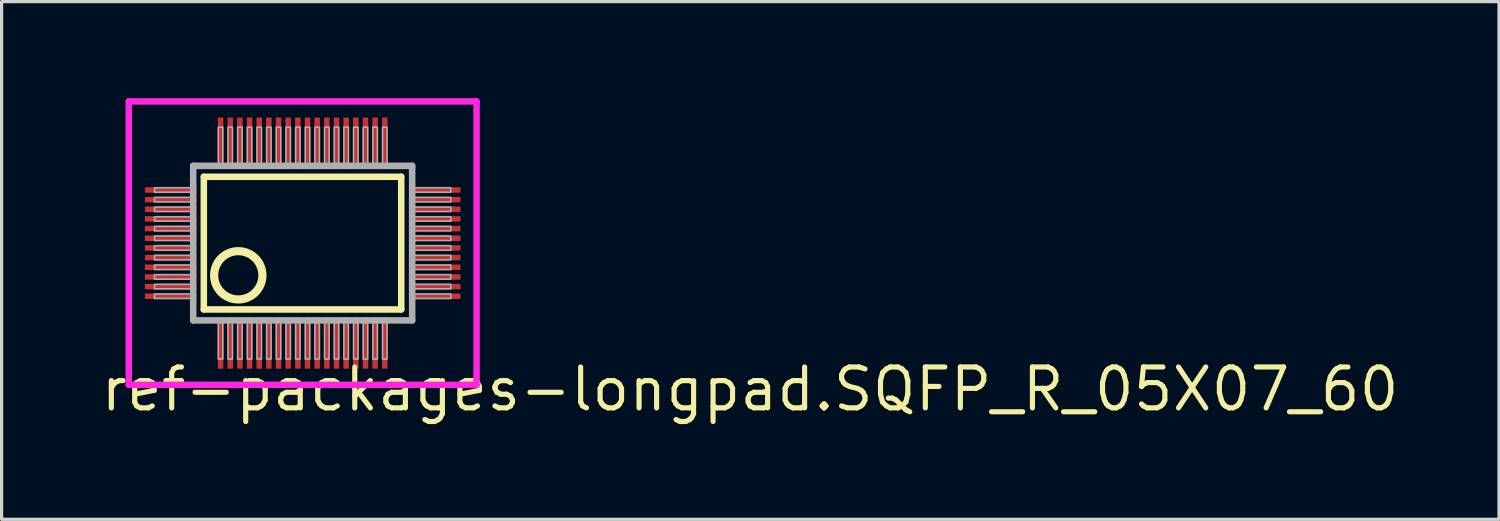
<source format=kicad_pcb>
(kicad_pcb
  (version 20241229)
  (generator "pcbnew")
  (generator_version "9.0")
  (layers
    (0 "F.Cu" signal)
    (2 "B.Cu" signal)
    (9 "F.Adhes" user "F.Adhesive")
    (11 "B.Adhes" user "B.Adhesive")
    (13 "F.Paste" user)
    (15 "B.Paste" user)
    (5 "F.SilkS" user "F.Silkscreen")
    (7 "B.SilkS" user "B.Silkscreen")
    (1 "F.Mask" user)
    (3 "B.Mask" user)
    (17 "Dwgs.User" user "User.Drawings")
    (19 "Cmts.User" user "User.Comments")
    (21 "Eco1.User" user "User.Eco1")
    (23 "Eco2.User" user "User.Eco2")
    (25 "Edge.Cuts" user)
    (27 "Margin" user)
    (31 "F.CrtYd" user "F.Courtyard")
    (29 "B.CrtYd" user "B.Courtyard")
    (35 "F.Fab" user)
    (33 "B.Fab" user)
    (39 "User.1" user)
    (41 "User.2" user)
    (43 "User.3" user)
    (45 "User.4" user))
  (footprint "ref-packages-longpad.SQFP_R_05X07_60"
    (layer "F.Cu")
    (at 6.35 4.5)
    (property "Reference" "ref-packages-longpad.SQFP_R_05X07_60" (at -6.35 5.28 0) (layer "F.SilkS") (effects (font (size 1.27 1.27) (thickness 0.16)) (justify left bottom)))
    (attr smd)
    (fp_line (start -3.07 -2.06) (end 3.06 -2.06) (stroke (width 0.203) (type default)) (layer "F.SilkS"))
    (fp_line (start -3.07 2.06) (end -3.07 -2.06) (stroke (width 0.203) (type default)) (layer "F.SilkS"))
    (fp_line (start 3.06 -2.06) (end 3.06 2.06) (stroke (width 0.203) (type default)) (layer "F.SilkS"))
    (fp_line (start 3.06 2.06) (end -3.07 2.06) (stroke (width 0.203) (type default)) (layer "F.SilkS"))
    (fp_circle (center -2 1) (end -1.25 1) (stroke (width 0.254) (type default)) (fill no) (layer "F.SilkS"))
    (fp_line (start -5.4 -4.4) (end 5.4 -4.4) (stroke (width 0.2) (type default)) (layer "F.CrtYd"))
    (fp_line (start -5.4 4.4) (end -5.4 -4.4) (stroke (width 0.2) (type default)) (layer "F.CrtYd"))
    (fp_line (start 5.4 -4.4) (end 5.4 4.4) (stroke (width 0.2) (type default)) (layer "F.CrtYd"))
    (fp_line (start 5.4 4.4) (end -5.4 4.4) (stroke (width 0.2) (type default)) (layer "F.CrtYd"))
    (fp_line (start -3.4 -2.4) (end -3.4 2.4) (stroke (width 0.203) (type default)) (layer "F.Fab"))
    (fp_line (start -3.4 2.4) (end 3.4 2.4) (stroke (width 0.203) (type default)) (layer "F.Fab"))
    (fp_line (start 3.4 -2.4) (end -3.4 -2.4) (stroke (width 0.203) (type default)) (layer "F.Fab"))
    (fp_line (start 3.4 2.4) (end 3.4 -2.4) (stroke (width 0.203) (type default)) (layer "F.Fab"))
    (fp_rect (start -4.6 -1.58) (end -3.45 -1.72) (stroke (width 0.05) (type default)) (fill no) (layer "F.Fab"))
    (fp_rect (start -4.6 -1.28) (end -3.45 -1.42) (stroke (width 0.05) (type default)) (fill no) (layer "F.Fab"))
    (fp_rect (start -4.6 -0.98) (end -3.45 -1.12) (stroke (width 0.05) (type default)) (fill no) (layer "F.Fab"))
    (fp_rect (start -4.6 -0.68) (end -3.45 -0.82) (stroke (width 0.05) (type default)) (fill no) (layer "F.Fab"))
    (fp_rect (start -4.6 -0.38) (end -3.45 -0.52) (stroke (width 0.05) (type default)) (fill no) (layer "F.Fab"))
    (fp_rect (start -4.6 -0.08) (end -3.45 -0.22) (stroke (width 0.05) (type default)) (fill no) (layer "F.Fab"))
    (fp_rect (start -4.6 0.22) (end -3.45 0.08) (stroke (width 0.05) (type default)) (fill no) (layer "F.Fab"))
    (fp_rect (start -4.6 0.52) (end -3.45 0.38) (stroke (width 0.05) (type default)) (fill no) (layer "F.Fab"))
    (fp_rect (start -4.6 0.82) (end -3.45 0.68) (stroke (width 0.05) (type default)) (fill no) (layer "F.Fab"))
    (fp_rect (start -4.6 1.12) (end -3.45 0.98) (stroke (width 0.05) (type default)) (fill no) (layer "F.Fab"))
    (fp_rect (start -4.6 1.42) (end -3.45 1.28) (stroke (width 0.05) (type default)) (fill no) (layer "F.Fab"))
    (fp_rect (start -4.6 1.72) (end -3.45 1.58) (stroke (width 0.05) (type default)) (fill no) (layer "F.Fab"))
    (fp_rect (start -2.62 -2.45) (end -2.48 -3.6) (stroke (width 0.05) (type default)) (fill no) (layer "F.Fab"))
    (fp_rect (start -2.62 3.6) (end -2.48 2.45) (stroke (width 0.05) (type default)) (fill no) (layer "F.Fab"))
    (fp_rect (start -2.32 -2.45) (end -2.18 -3.6) (stroke (width 0.05) (type default)) (fill no) (layer "F.Fab"))
    (fp_rect (start -2.32 3.6) (end -2.18 2.45) (stroke (width 0.05) (type default)) (fill no) (layer "F.Fab"))
    (fp_rect (start -2.02 -2.45) (end -1.88 -3.6) (stroke (width 0.05) (type default)) (fill no) (layer "F.Fab"))
    (fp_rect (start -2.02 3.6) (end -1.88 2.45) (stroke (width 0.05) (type default)) (fill no) (layer "F.Fab"))
    (fp_rect (start -1.72 -2.45) (end -1.58 -3.6) (stroke (width 0.05) (type default)) (fill no) (layer "F.Fab"))
    (fp_rect (start -1.72 3.6) (end -1.58 2.45) (stroke (width 0.05) (type default)) (fill no) (layer "F.Fab"))
    (fp_rect (start -1.42 -2.45) (end -1.28 -3.6) (stroke (width 0.05) (type default)) (fill no) (layer "F.Fab"))
    (fp_rect (start -1.42 3.6) (end -1.28 2.45) (stroke (width 0.05) (type default)) (fill no) (layer "F.Fab"))
    (fp_rect (start -1.12 -2.45) (end -0.98 -3.6) (stroke (width 0.05) (type default)) (fill no) (layer "F.Fab"))
    (fp_rect (start -1.12 3.6) (end -0.98 2.45) (stroke (width 0.05) (type default)) (fill no) (layer "F.Fab"))
    (fp_rect (start -0.82 -2.45) (end -0.68 -3.6) (stroke (width 0.05) (type default)) (fill no) (layer "F.Fab"))
    (fp_rect (start -0.82 3.6) (end -0.68 2.45) (stroke (width 0.05) (type default)) (fill no) (layer "F.Fab"))
    (fp_rect (start -0.52 -2.45) (end -0.38 -3.6) (stroke (width 0.05) (type default)) (fill no) (layer "F.Fab"))
    (fp_rect (start -0.52 3.6) (end -0.38 2.45) (stroke (width 0.05) (type default)) (fill no) (layer "F.Fab"))
    (fp_rect (start -0.22 -2.45) (end -0.08 -3.6) (stroke (width 0.05) (type default)) (fill no) (layer "F.Fab"))
    (fp_rect (start -0.22 3.6) (end -0.08 2.45) (stroke (width 0.05) (type default)) (fill no) (layer "F.Fab"))
    (fp_rect (start 0.08 -2.45) (end 0.22 -3.6) (stroke (width 0.05) (type default)) (fill no) (layer "F.Fab"))
    (fp_rect (start 0.08 3.6) (end 0.22 2.45) (stroke (width 0.05) (type default)) (fill no) (layer "F.Fab"))
    (fp_rect (start 0.38 -2.45) (end 0.52 -3.6) (stroke (width 0.05) (type default)) (fill no) (layer "F.Fab"))
    (fp_rect (start 0.38 3.6) (end 0.52 2.45) (stroke (width 0.05) (type default)) (fill no) (layer "F.Fab"))
    (fp_rect (start 0.68 -2.45) (end 0.82 -3.6) (stroke (width 0.05) (type default)) (fill no) (layer "F.Fab"))
    (fp_rect (start 0.68 3.6) (end 0.82 2.45) (stroke (width 0.05) (type default)) (fill no) (layer "F.Fab"))
    (fp_rect (start 0.98 -2.45) (end 1.12 -3.6) (stroke (width 0.05) (type default)) (fill no) (layer "F.Fab"))
    (fp_rect (start 0.98 3.6) (end 1.12 2.45) (stroke (width 0.05) (type default)) (fill no) (layer "F.Fab"))
    (fp_rect (start 1.28 -2.45) (end 1.42 -3.6) (stroke (width 0.05) (type default)) (fill no) (layer "F.Fab"))
    (fp_rect (start 1.28 3.6) (end 1.42 2.45) (stroke (width 0.05) (type default)) (fill no) (layer "F.Fab"))
    (fp_rect (start 1.58 -2.45) (end 1.72 -3.6) (stroke (width 0.05) (type default)) (fill no) (layer "F.Fab"))
    (fp_rect (start 1.58 3.6) (end 1.72 2.45) (stroke (width 0.05) (type default)) (fill no) (layer "F.Fab"))
    (fp_rect (start 1.88 -2.45) (end 2.02 -3.6) (stroke (width 0.05) (type default)) (fill no) (layer "F.Fab"))
    (fp_rect (start 1.88 3.6) (end 2.02 2.45) (stroke (width 0.05) (type default)) (fill no) (layer "F.Fab"))
    (fp_rect (start 2.18 -2.45) (end 2.32 -3.6) (stroke (width 0.05) (type default)) (fill no) (layer "F.Fab"))
    (fp_rect (start 2.18 3.6) (end 2.32 2.45) (stroke (width 0.05) (type default)) (fill no) (layer "F.Fab"))
    (fp_rect (start 2.48 -2.45) (end 2.62 -3.6) (stroke (width 0.05) (type default)) (fill no) (layer "F.Fab"))
    (fp_rect (start 2.48 3.6) (end 2.62 2.45) (stroke (width 0.05) (type default)) (fill no) (layer "F.Fab"))
    (fp_rect (start 3.45 -1.58) (end 4.6 -1.72) (stroke (width 0.05) (type default)) (fill no) (layer "F.Fab"))
    (fp_rect (start 3.45 -1.28) (end 4.6 -1.42) (stroke (width 0.05) (type default)) (fill no) (layer "F.Fab"))
    (fp_rect (start 3.45 -0.98) (end 4.6 -1.12) (stroke (width 0.05) (type default)) (fill no) (layer "F.Fab"))
    (fp_rect (start 3.45 -0.68) (end 4.6 -0.82) (stroke (width 0.05) (type default)) (fill no) (layer "F.Fab"))
    (fp_rect (start 3.45 -0.38) (end 4.6 -0.52) (stroke (width 0.05) (type default)) (fill no) (layer "F.Fab"))
    (fp_rect (start 3.45 -0.08) (end 4.6 -0.22) (stroke (width 0.05) (type default)) (fill no) (layer "F.Fab"))
    (fp_rect (start 3.45 0.22) (end 4.6 0.08) (stroke (width 0.05) (type default)) (fill no) (layer "F.Fab"))
    (fp_rect (start 3.45 0.52) (end 4.6 0.38) (stroke (width 0.05) (type default)) (fill no) (layer "F.Fab"))
    (fp_rect (start 3.45 0.82) (end 4.6 0.68) (stroke (width 0.05) (type default)) (fill no) (layer "F.Fab"))
    (fp_rect (start 3.45 1.12) (end 4.6 0.98) (stroke (width 0.05) (type default)) (fill no) (layer "F.Fab"))
    (fp_rect (start 3.45 1.42) (end 4.6 1.28) (stroke (width 0.05) (type default)) (fill no) (layer "F.Fab"))
    (fp_rect (start 3.45 1.72) (end 4.6 1.58) (stroke (width 0.05) (type default)) (fill no) (layer "F.Fab"))
    (pad "1" smd roundrect (at -2.55 3.1) (size 0.17 1.6) (layers "F.Cu" "F.Mask" "F.Paste") (roundrect_rratio 0.01))
    (pad "2" smd roundrect (at -2.25 3.1) (size 0.17 1.6) (layers "F.Cu" "F.Mask" "F.Paste") (roundrect_rratio 0.01))
    (pad "3" smd roundrect (at -1.95 3.1) (size 0.17 1.6) (layers "F.Cu" "F.Mask" "F.Paste") (roundrect_rratio 0.01))
    (pad "4" smd roundrect (at -1.65 3.1) (size 0.17 1.6) (layers "F.Cu" "F.Mask" "F.Paste") (roundrect_rratio 0.01))
    (pad "5" smd roundrect (at -1.35 3.1) (size 0.17 1.6) (layers "F.Cu" "F.Mask" "F.Paste") (roundrect_rratio 0.01))
    (pad "6" smd roundrect (at -1.05 3.1) (size 0.17 1.6) (layers "F.Cu" "F.Mask" "F.Paste") (roundrect_rratio 0.01))
    (pad "7" smd roundrect (at -0.75 3.1) (size 0.17 1.6) (layers "F.Cu" "F.Mask" "F.Paste") (roundrect_rratio 0.01))
    (pad "8" smd roundrect (at -0.45 3.1) (size 0.17 1.6) (layers "F.Cu" "F.Mask" "F.Paste") (roundrect_rratio 0.01))
    (pad "9" smd roundrect (at -0.15 3.1) (size 0.17 1.6) (layers "F.Cu" "F.Mask" "F.Paste") (roundrect_rratio 0.01))
    (pad "10" smd roundrect (at 0.15 3.1) (size 0.17 1.6) (layers "F.Cu" "F.Mask" "F.Paste") (roundrect_rratio 0.01))
    (pad "11" smd roundrect (at 0.45 3.1) (size 0.17 1.6) (layers "F.Cu" "F.Mask" "F.Paste") (roundrect_rratio 0.01))
    (pad "12" smd roundrect (at 0.75 3.1) (size 0.17 1.6) (layers "F.Cu" "F.Mask" "F.Paste") (roundrect_rratio 0.01))
    (pad "13" smd roundrect (at 1.05 3.1) (size 0.17 1.6) (layers "F.Cu" "F.Mask" "F.Paste") (roundrect_rratio 0.01))
    (pad "14" smd roundrect (at 1.35 3.1) (size 0.17 1.6) (layers "F.Cu" "F.Mask" "F.Paste") (roundrect_rratio 0.01))
    (pad "15" smd roundrect (at 1.65 3.1) (size 0.17 1.6) (layers "F.Cu" "F.Mask" "F.Paste") (roundrect_rratio 0.01))
    (pad "16" smd roundrect (at 1.95 3.1) (size 0.17 1.6) (layers "F.Cu" "F.Mask" "F.Paste") (roundrect_rratio 0.01))
    (pad "17" smd roundrect (at 2.25 3.1) (size 0.17 1.6) (layers "F.Cu" "F.Mask" "F.Paste") (roundrect_rratio 0.01))
    (pad "18" smd roundrect (at 2.55 3.1) (size 0.17 1.6) (layers "F.Cu" "F.Mask" "F.Paste") (roundrect_rratio 0.01))
    (pad "19" smd roundrect (at 4.1 1.65) (size 1.6 0.17) (layers "F.Cu" "F.Mask" "F.Paste") (roundrect_rratio 0.01))
    (pad "20" smd roundrect (at 4.1 1.35) (size 1.6 0.17) (layers "F.Cu" "F.Mask" "F.Paste") (roundrect_rratio 0.01))
    (pad "21" smd roundrect (at 4.1 1.05) (size 1.6 0.17) (layers "F.Cu" "F.Mask" "F.Paste") (roundrect_rratio 0.01))
    (pad "22" smd roundrect (at 4.1 0.75) (size 1.6 0.17) (layers "F.Cu" "F.Mask" "F.Paste") (roundrect_rratio 0.01))
    (pad "23" smd roundrect (at 4.1 0.45) (size 1.6 0.17) (layers "F.Cu" "F.Mask" "F.Paste") (roundrect_rratio 0.01))
    (pad "24" smd roundrect (at 4.1 0.15) (size 1.6 0.17) (layers "F.Cu" "F.Mask" "F.Paste") (roundrect_rratio 0.01))
    (pad "25" smd roundrect (at 4.1 -0.15) (size 1.6 0.17) (layers "F.Cu" "F.Mask" "F.Paste") (roundrect_rratio 0.01))
    (pad "26" smd roundrect (at 4.1 -0.45) (size 1.6 0.17) (layers "F.Cu" "F.Mask" "F.Paste") (roundrect_rratio 0.01))
    (pad "27" smd roundrect (at 4.1 -0.75) (size 1.6 0.17) (layers "F.Cu" "F.Mask" "F.Paste") (roundrect_rratio 0.01))
    (pad "28" smd roundrect (at 4.1 -1.05) (size 1.6 0.17) (layers "F.Cu" "F.Mask" "F.Paste") (roundrect_rratio 0.01))
    (pad "29" smd roundrect (at 4.1 -1.35) (size 1.6 0.17) (layers "F.Cu" "F.Mask" "F.Paste") (roundrect_rratio 0.01))
    (pad "30" smd roundrect (at 4.1 -1.65) (size 1.6 0.17) (layers "F.Cu" "F.Mask" "F.Paste") (roundrect_rratio 0.01))
    (pad "31" smd roundrect (at 2.55 -3.1) (size 0.17 1.6) (layers "F.Cu" "F.Mask" "F.Paste") (roundrect_rratio 0.01))
    (pad "32" smd roundrect (at 2.25 -3.1) (size 0.17 1.6) (layers "F.Cu" "F.Mask" "F.Paste") (roundrect_rratio 0.01))
    (pad "33" smd roundrect (at 1.95 -3.1) (size 0.17 1.6) (layers "F.Cu" "F.Mask" "F.Paste") (roundrect_rratio 0.01))
    (pad "34" smd roundrect (at 1.65 -3.1) (size 0.17 1.6) (layers "F.Cu" "F.Mask" "F.Paste") (roundrect_rratio 0.01))
    (pad "35" smd roundrect (at 1.35 -3.1) (size 0.17 1.6) (layers "F.Cu" "F.Mask" "F.Paste") (roundrect_rratio 0.01))
    (pad "36" smd roundrect (at 1.05 -3.1) (size 0.17 1.6) (layers "F.Cu" "F.Mask" "F.Paste") (roundrect_rratio 0.01))
    (pad "37" smd roundrect (at 0.75 -3.1) (size 0.17 1.6) (layers "F.Cu" "F.Mask" "F.Paste") (roundrect_rratio 0.01))
    (pad "38" smd roundrect (at 0.45 -3.1) (size 0.17 1.6) (layers "F.Cu" "F.Mask" "F.Paste") (roundrect_rratio 0.01))
    (pad "39" smd roundrect (at 0.15 -3.1) (size 0.17 1.6) (layers "F.Cu" "F.Mask" "F.Paste") (roundrect_rratio 0.01))
    (pad "40" smd roundrect (at -0.15 -3.1) (size 0.17 1.6) (layers "F.Cu" "F.Mask" "F.Paste") (roundrect_rratio 0.01))
    (pad "41" smd roundrect (at -0.45 -3.1) (size 0.17 1.6) (layers "F.Cu" "F.Mask" "F.Paste") (roundrect_rratio 0.01))
    (pad "42" smd roundrect (at -0.75 -3.1) (size 0.17 1.6) (layers "F.Cu" "F.Mask" "F.Paste") (roundrect_rratio 0.01))
    (pad "43" smd roundrect (at -1.05 -3.1) (size 0.17 1.6) (layers "F.Cu" "F.Mask" "F.Paste") (roundrect_rratio 0.01))
    (pad "44" smd roundrect (at -1.35 -3.1) (size 0.17 1.6) (layers "F.Cu" "F.Mask" "F.Paste") (roundrect_rratio 0.01))
    (pad "45" smd roundrect (at -1.65 -3.1) (size 0.17 1.6) (layers "F.Cu" "F.Mask" "F.Paste") (roundrect_rratio 0.01))
    (pad "46" smd roundrect (at -1.95 -3.1) (size 0.17 1.6) (layers "F.Cu" "F.Mask" "F.Paste") (roundrect_rratio 0.01))
    (pad "47" smd roundrect (at -2.25 -3.1) (size 0.17 1.6) (layers "F.Cu" "F.Mask" "F.Paste") (roundrect_rratio 0.01))
    (pad "48" smd roundrect (at -2.55 -3.1) (size 0.17 1.6) (layers "F.Cu" "F.Mask" "F.Paste") (roundrect_rratio 0.01))
    (pad "49" smd roundrect (at -4.1 -1.65) (size 1.6 0.17) (layers "F.Cu" "F.Mask" "F.Paste") (roundrect_rratio 0.01))
    (pad "50" smd roundrect (at -4.1 -1.35) (size 1.6 0.17) (layers "F.Cu" "F.Mask" "F.Paste") (roundrect_rratio 0.01))
    (pad "51" smd roundrect (at -4.1 -1.05) (size 1.6 0.17) (layers "F.Cu" "F.Mask" "F.Paste") (roundrect_rratio 0.01))
    (pad "52" smd roundrect (at -4.1 -0.75) (size 1.6 0.17) (layers "F.Cu" "F.Mask" "F.Paste") (roundrect_rratio 0.01))
    (pad "53" smd roundrect (at -4.1 -0.45) (size 1.6 0.17) (layers "F.Cu" "F.Mask" "F.Paste") (roundrect_rratio 0.01))
    (pad "54" smd roundrect (at -4.1 -0.15) (size 1.6 0.17) (layers "F.Cu" "F.Mask" "F.Paste") (roundrect_rratio 0.01))
    (pad "55" smd roundrect (at -4.1 0.15) (size 1.6 0.17) (layers "F.Cu" "F.Mask" "F.Paste") (roundrect_rratio 0.01))
    (pad "56" smd roundrect (at -4.1 0.45) (size 1.6 0.17) (layers "F.Cu" "F.Mask" "F.Paste") (roundrect_rratio 0.01))
    (pad "57" smd roundrect (at -4.1 0.75) (size 1.6 0.17) (layers "F.Cu" "F.Mask" "F.Paste") (roundrect_rratio 0.01))
    (pad "58" smd roundrect (at -4.1 1.05) (size 1.6 0.17) (layers "F.Cu" "F.Mask" "F.Paste") (roundrect_rratio 0.01))
    (pad "59" smd roundrect (at -4.1 1.35) (size 1.6 0.17) (layers "F.Cu" "F.Mask" "F.Paste") (roundrect_rratio 0.01))
    (pad "60" smd roundrect (at -4.1 1.65) (size 1.6 0.17) (layers "F.Cu" "F.Mask" "F.Paste") (roundrect_rratio 0.01)))
  (gr_rect
    (start -3 -3)
    (end 43.503 13.077)
    (stroke (width 0.1) (type default))
    (fill no)
    (layer "Edge.Cuts")))
</source>
